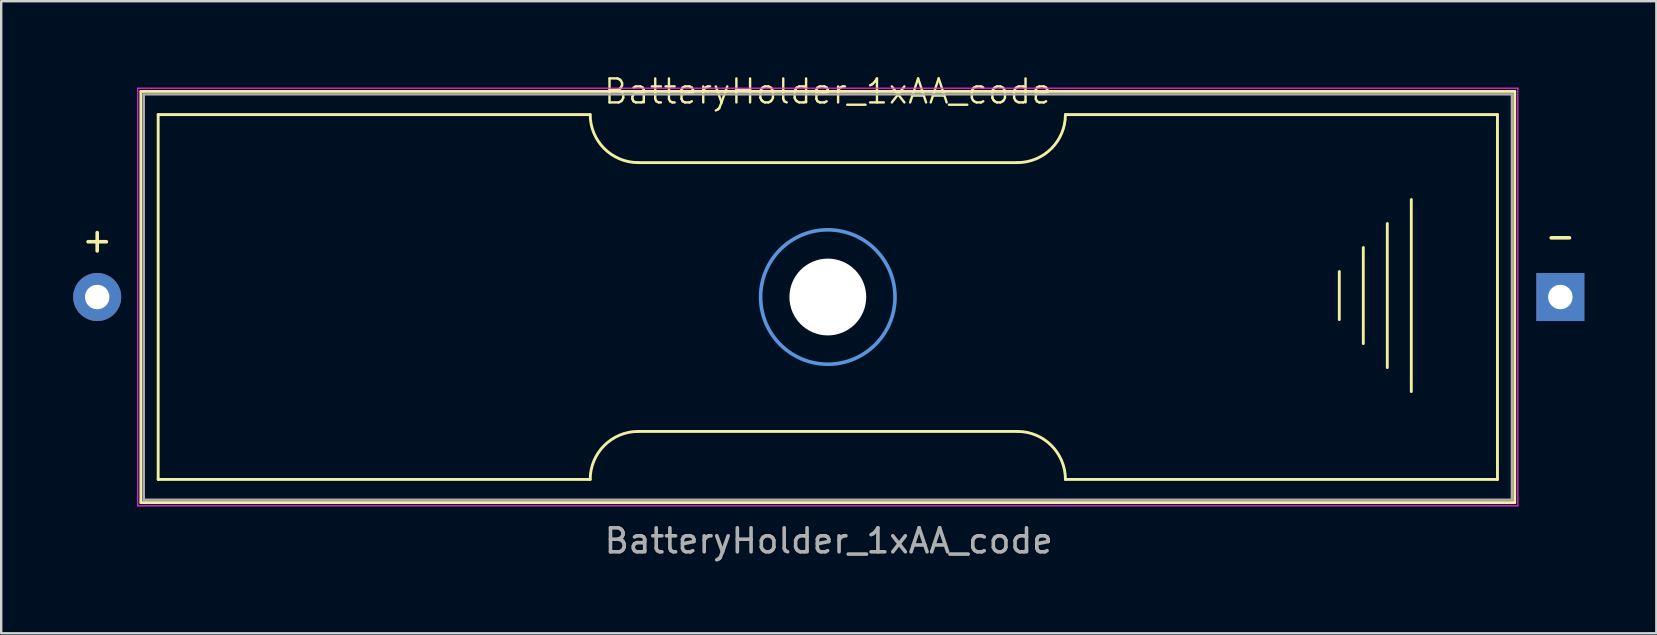
<source format=kicad_pcb>
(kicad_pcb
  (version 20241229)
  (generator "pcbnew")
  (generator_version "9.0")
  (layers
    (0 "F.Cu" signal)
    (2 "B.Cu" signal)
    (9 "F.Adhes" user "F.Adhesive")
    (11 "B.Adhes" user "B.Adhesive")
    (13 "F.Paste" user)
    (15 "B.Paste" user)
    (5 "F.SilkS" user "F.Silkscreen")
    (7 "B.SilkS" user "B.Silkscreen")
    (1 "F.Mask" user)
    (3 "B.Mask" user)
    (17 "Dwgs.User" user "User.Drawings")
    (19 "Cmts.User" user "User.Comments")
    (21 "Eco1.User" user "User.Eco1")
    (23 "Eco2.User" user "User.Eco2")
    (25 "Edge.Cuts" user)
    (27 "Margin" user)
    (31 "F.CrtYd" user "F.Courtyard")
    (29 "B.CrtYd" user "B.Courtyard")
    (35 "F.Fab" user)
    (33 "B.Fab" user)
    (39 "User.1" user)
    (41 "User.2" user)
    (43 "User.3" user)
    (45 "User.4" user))
  (footprint "BatteryHolder_1xAA_code"
    (layer "F.Cu")
    (at 3.54 9.325)
    (property "Reference" "BatteryHolder_1xAA_code" (at 27.9 -8.565 0) (unlocked yes) (layer "F.SilkS") (effects (font (size 1 1) (thickness 0.1))))
    (attr through_hole)
    (fp_line (start -0.72 -8.565) (end 56.52 -8.565) (stroke (width 0.12) (type solid)) (layer "F.SilkS"))
    (fp_line (start -0.72 8.565) (end -0.72 -8.565) (stroke (width 0.12) (type solid)) (layer "F.SilkS"))
    (fp_line (start 0 -7.6) (end 0 7.6) (stroke (width 0.12) (type solid)) (layer "F.SilkS"))
    (fp_line (start 0 -7.6) (end 18 -7.6) (stroke (width 0.12) (type solid)) (layer "F.SilkS"))
    (fp_line (start 0 7.6) (end 18 7.6) (stroke (width 0.12) (type solid)) (layer "F.SilkS"))
    (fp_line (start 20 -5.6) (end 35.8 -5.6) (stroke (width 0.12) (type solid)) (layer "F.SilkS"))
    (fp_line (start 35.8 5.6) (end 20 5.6) (stroke (width 0.12) (type solid)) (layer "F.SilkS"))
    (fp_line (start 37.8 -7.6) (end 55.8 -7.6) (stroke (width 0.12) (type solid)) (layer "F.SilkS"))
    (fp_line (start 37.8 7.6) (end 55.8 7.6) (stroke (width 0.12) (type solid)) (layer "F.SilkS"))
    (fp_line (start 49.21 -1.06) (end 49.21 0.94) (stroke (width 0.12) (type solid)) (layer "F.SilkS"))
    (fp_line (start 50.21 -2.06) (end 50.21 1.94) (stroke (width 0.12) (type solid)) (layer "F.SilkS"))
    (fp_line (start 51.21 2.94) (end 51.21 -3.06) (stroke (width 0.12) (type solid)) (layer "F.SilkS"))
    (fp_line (start 52.21 -4.06) (end 52.21 3.94) (stroke (width 0.12) (type solid)) (layer "F.SilkS"))
    (fp_line (start 55.8 -7.6) (end 55.8 7.6) (stroke (width 0.12) (type solid)) (layer "F.SilkS"))
    (fp_line (start 56.52 -8.565) (end 56.52 8.565) (stroke (width 0.12) (type solid)) (layer "F.SilkS"))
    (fp_line (start 56.52 8.565) (end -0.72 8.565) (stroke (width 0.12) (type solid)) (layer "F.SilkS"))
    (fp_arc (start 18 7.6) (mid 18.585786 6.185786) (end 20 5.6) (stroke (width 0.12) (type solid)) (layer "F.SilkS"))
    (fp_arc (start 20 -5.6) (mid 18.585786 -6.185786) (end 18 -7.6) (stroke (width 0.12) (type solid)) (layer "F.SilkS"))
    (fp_arc (start 35.8 5.6) (mid 37.214214 6.185786) (end 37.8 7.6) (stroke (width 0.12) (type solid)) (layer "F.SilkS"))
    (fp_arc (start 37.8 -7.6) (mid 37.214214 -6.185786) (end 35.8 -5.6) (stroke (width 0.12) (type solid)) (layer "F.SilkS"))
    (fp_circle (center 27.9 0) (end 30.7 0) (stroke (width 0.15) (type solid)) (fill no) (layer "Cmts.User"))
    (fp_line (start -0.85 -8.7) (end 56.65 -8.7) (stroke (width 0.05) (type solid)) (layer "F.CrtYd"))
    (fp_line (start -0.85 8.7) (end -0.85 -8.7) (stroke (width 0.05) (type solid)) (layer "F.CrtYd"))
    (fp_line (start 56.65 -8.7) (end 56.65 8.7) (stroke (width 0.05) (type solid)) (layer "F.CrtYd"))
    (fp_line (start 56.65 8.7) (end -0.85 8.7) (stroke (width 0.05) (type solid)) (layer "F.CrtYd"))
    (fp_line (start -0.6 -8.445) (end -0.6 8.445) (stroke (width 0.1) (type solid)) (layer "F.Fab"))
    (fp_line (start -0.6 8.445) (end 56.4 8.445) (stroke (width 0.1) (type solid)) (layer "F.Fab"))
    (fp_line (start 56.4 -8.445) (end -0.6 -8.445) (stroke (width 0.1) (type solid)) (layer "F.Fab"))
    (fp_line (start 56.4 8.445) (end 56.4 -8.445) (stroke (width 0.1) (type solid)) (layer "F.Fab"))
    (fp_text user "-" (at 58.42 -2.54 0) (layer "F.SilkS") (effects (font (size 1 1) (thickness 0.15))))
    (fp_text user "+" (at -2.54 -2.376 0) (layer "F.SilkS") (effects (font (size 1 1) (thickness 0.15))))
    (fp_text user "${REFERENCE}" (at 27.94 10.16 0) (unlocked yes) (layer "F.Fab") (effects (font (size 1 1) (thickness 0.15))))
    (pad "" np_thru_hole circle (at 27.9 0) (size 3.2 3.2) (drill 3.2) (layers "*.Cu" "*.Mask" "F.Paste"))
    (pad "1" thru_hole rect (at 58.42 0 180) (size 2 2) (drill 1.02) (layers "*.Cu" "*.Mask"))
    (pad "2" thru_hole circle (at -2.54 0 180) (size 2 2) (drill 1.02) (layers "*.Cu" "*.Mask")))
  (gr_rect
    (start -3 -3)
    (end 65.96 23.334)
    (stroke (width 0.1) (type default))
    (fill no)
    (layer "Edge.Cuts")))
</source>
